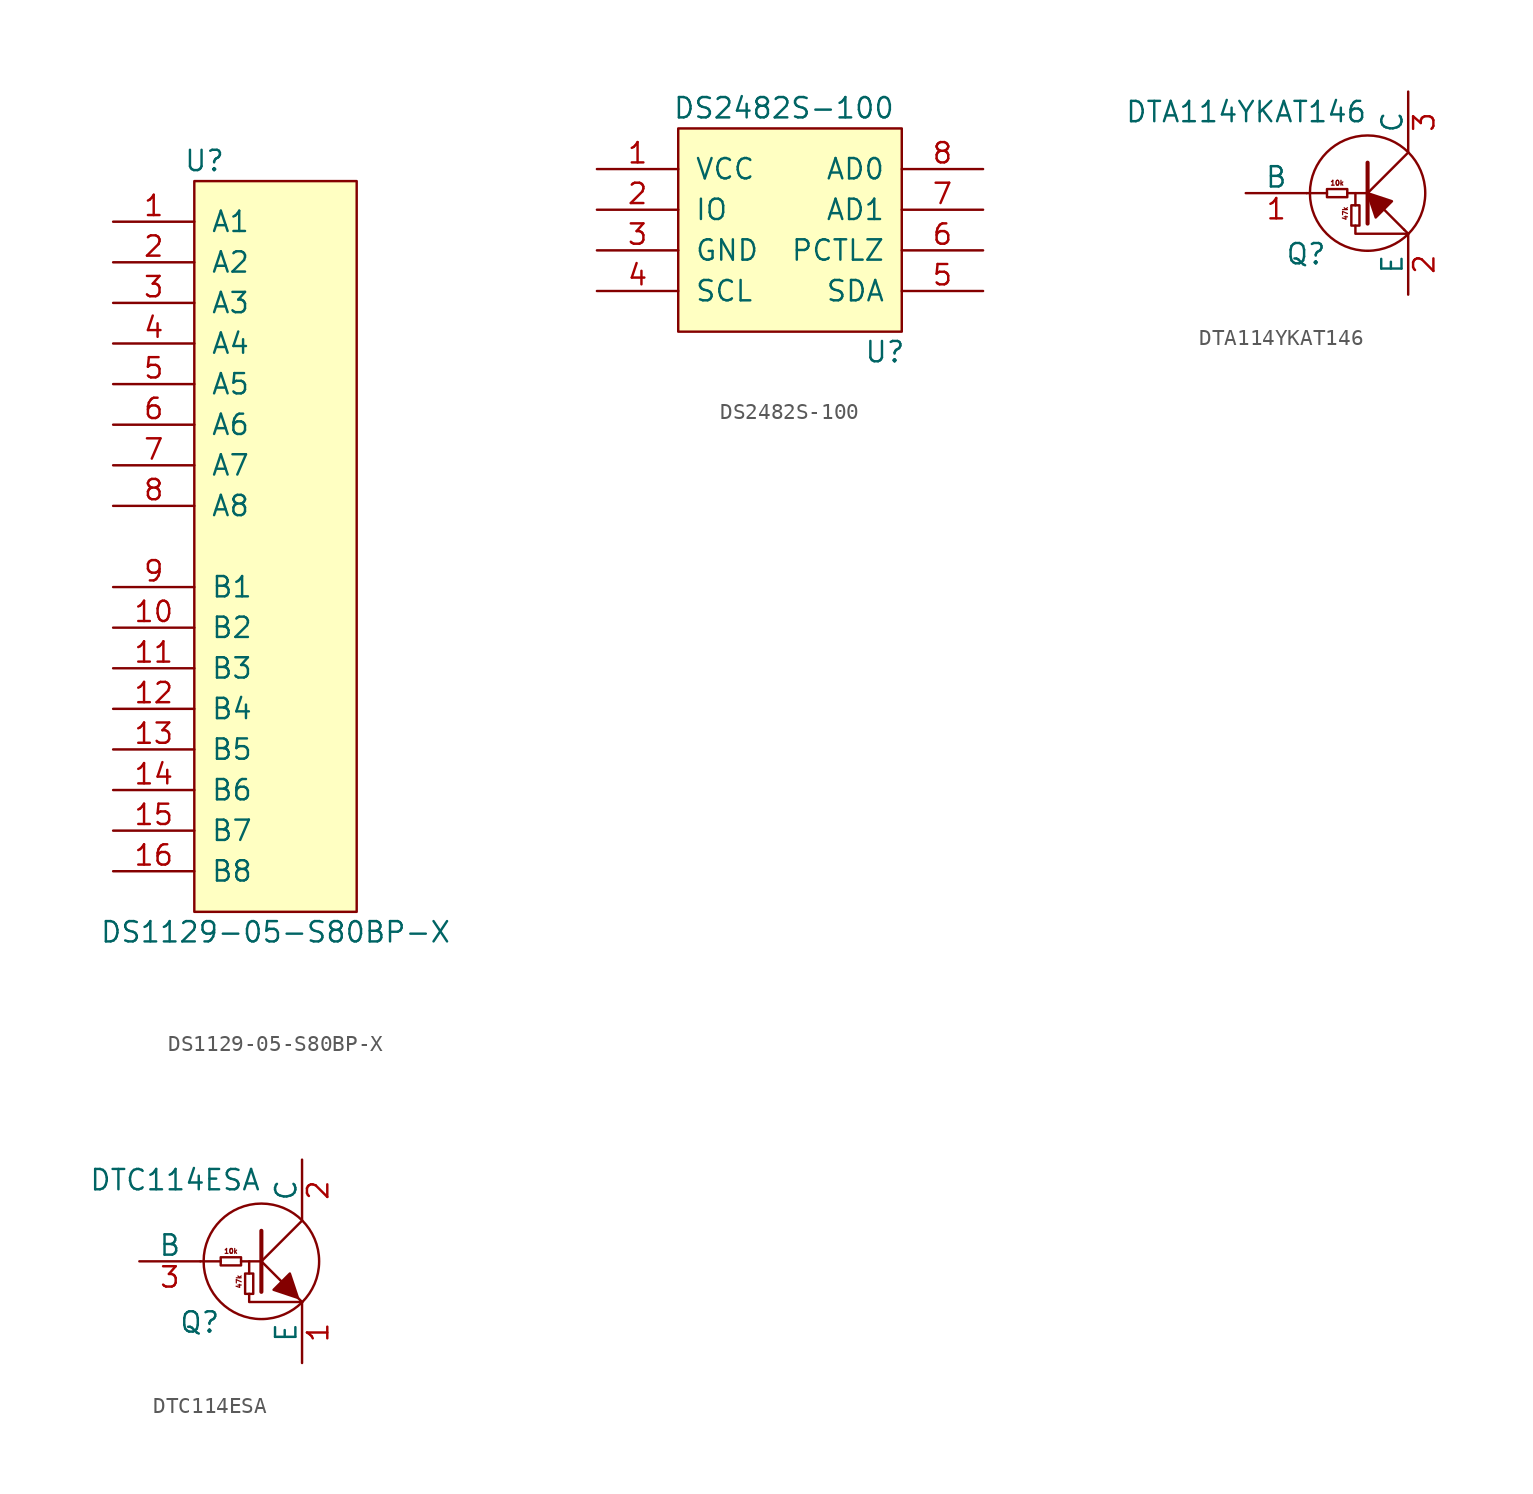
<source format=kicad_sym>
(kicad_symbol_lib
  (version 20211014)
  (generator kicad_symbol_editor)
  (symbol "DS1129-05-S80BP-X"
    (pin_names
      (offset 1.016))
    (property "Reference" "U"
      (at 0.635 3.81 0)
      (effects (font (size 1.27 1.27))))
    (property "Value" "DS1129-05-S80BP-X"
      (at 5.08 -44.45 0)
      (effects (font (size 1.27 1.27))))
    (symbol "DS1129-05-S80BP-X_0_1"
      (rectangle (start 0 2.54) (end 10.16 -43.18) (stroke (width 0) (type default) (color 0 0 0 0)) (fill (type background))))
    (symbol "DS1129-05-S80BP-X_1_1"
      (pin input line (at -5.08 0 0) (length 5.08) (name "A1" (effects (font (size 1.27 1.27)))) (number "1" (effects (font (size 1.27 1.27)))))
      (pin input line (at -5.08 -25.4 0) (length 5.08) (name "B2" (effects (font (size 1.27 1.27)))) (number "10" (effects (font (size 1.27 1.27)))))
      (pin input line (at -5.08 -27.94 0) (length 5.08) (name "B3" (effects (font (size 1.27 1.27)))) (number "11" (effects (font (size 1.27 1.27)))))
      (pin input line (at -5.08 -30.48 0) (length 5.08) (name "B4" (effects (font (size 1.27 1.27)))) (number "12" (effects (font (size 1.27 1.27)))))
      (pin input line (at -5.08 -33.02 0) (length 5.08) (name "B5" (effects (font (size 1.27 1.27)))) (number "13" (effects (font (size 1.27 1.27)))))
      (pin input line (at -5.08 -35.56 0) (length 5.08) (name "B6" (effects (font (size 1.27 1.27)))) (number "14" (effects (font (size 1.27 1.27)))))
      (pin input line (at -5.08 -38.1 0) (length 5.08) (name "B7" (effects (font (size 1.27 1.27)))) (number "15" (effects (font (size 1.27 1.27)))))
      (pin input line (at -5.08 -40.64 0) (length 5.08) (name "B8" (effects (font (size 1.27 1.27)))) (number "16" (effects (font (size 1.27 1.27)))))
      (pin input line (at -5.08 -2.54 0) (length 5.08) (name "A2" (effects (font (size 1.27 1.27)))) (number "2" (effects (font (size 1.27 1.27)))))
      (pin input line (at -5.08 -5.08 0) (length 5.08) (name "A3" (effects (font (size 1.27 1.27)))) (number "3" (effects (font (size 1.27 1.27)))))
      (pin input line (at -5.08 -7.62 0) (length 5.08) (name "A4" (effects (font (size 1.27 1.27)))) (number "4" (effects (font (size 1.27 1.27)))))
      (pin input line (at -5.08 -10.16 0) (length 5.08) (name "A5" (effects (font (size 1.27 1.27)))) (number "5" (effects (font (size 1.27 1.27)))))
      (pin input line (at -5.08 -12.7 0) (length 5.08) (name "A6" (effects (font (size 1.27 1.27)))) (number "6" (effects (font (size 1.27 1.27)))))
      (pin input line (at -5.08 -15.24 0) (length 5.08) (name "A7" (effects (font (size 1.27 1.27)))) (number "7" (effects (font (size 1.27 1.27)))))
      (pin input line (at -5.08 -17.78 0) (length 5.08) (name "A8" (effects (font (size 1.27 1.27)))) (number "8" (effects (font (size 1.27 1.27)))))
      (pin input line (at -5.08 -22.86 0) (length 5.08) (name "B1" (effects (font (size 1.27 1.27)))) (number "9" (effects (font (size 1.27 1.27)))))))
  (symbol "DS2482S-100"
    (pin_names
      (offset 1.016))
    (property "Reference" "U"
      (at 14.224 -11.43 0)
      (effects (font (size 1.27 1.27)) (justify right)))
    (property "Value" "DS2482S-100"
      (at 6.604 3.81 0)
      (effects (font (size 1.27 1.27))))
    (symbol "DS2482S-100_0_1"
      (rectangle (start 0 2.54) (end 13.97 -10.16) (stroke (width 0) (type default) (color 0 0 0 0)) (fill (type background))))
    (symbol "DS2482S-100_1_1"
      (pin input line (at -5.08 0 0) (length 5.08) (name "VCC" (effects (font (size 1.27 1.27)))) (number "1" (effects (font (size 1.27 1.27)))))
      (pin input line (at -5.08 -2.54 0) (length 5.08) (name "IO" (effects (font (size 1.27 1.27)))) (number "2" (effects (font (size 1.27 1.27)))))
      (pin input line (at -5.08 -5.08 0) (length 5.08) (name "GND" (effects (font (size 1.27 1.27)))) (number "3" (effects (font (size 1.27 1.27)))))
      (pin input line (at -5.08 -7.62 0) (length 5.08) (name "SCL" (effects (font (size 1.27 1.27)))) (number "4" (effects (font (size 1.27 1.27)))))
      (pin input line (at 19.05 -7.62 180) (length 5.08) (name "SDA" (effects (font (size 1.27 1.27)))) (number "5" (effects (font (size 1.27 1.27)))))
      (pin input line (at 19.05 -5.08 180) (length 5.08) (name "PCTLZ" (effects (font (size 1.27 1.27)))) (number "6" (effects (font (size 1.27 1.27)))))
      (pin input line (at 19.05 -2.54 180) (length 5.08) (name "AD1" (effects (font (size 1.27 1.27)))) (number "7" (effects (font (size 1.27 1.27)))))
      (pin input line (at 19.05 0 180) (length 5.08) (name "AD0" (effects (font (size 1.27 1.27)))) (number "8" (effects (font (size 1.27 1.27)))))))
  (symbol "DTA114YKAT146"
    (pin_names
      (offset 0))
    (property "Reference" "Q"
      (at -2.54 -3.81 0)
      (effects (font (size 1.27 1.27)) (justify right)))
    (property "Value" "DTA114YKAT146"
      (at 0 5.08 0)
      (effects (font (size 1.27 1.27)) (justify right)))
    (property "Footprint" ""
      (at 0 0 0)
      (effects (font (size 1.524 1.524))))
    (property "Datasheet" ""
      (at 0 0 0)
      (effects (font (size 1.524 1.524))))
    (symbol "DTA114YKAT146_0_0"
      (polyline (pts (xy -2.54 0) (xy -3.81 0)) (stroke (width 0) (type default) (color 0 0 0 0)) (fill (type none)))
      (circle (center 0 0) (radius 3.607) (stroke (width 0) (type default) (color 0 0 0 0)) (fill (type none)))
      (text "10k" (at -1.905 0.635 0) (effects (font (size 0.305 0.305))))
      (text "47k" (at -1.397 -1.27 900) (effects (font (size 0.305 0.305)))))
    (symbol "DTA114YKAT146_0_1"
      (rectangle (start -1.27 -0.254) (end -2.54 0.254) (stroke (width 0) (type default) (color 0 0 0 0)) (fill (type none)))
      (rectangle (start -0.508 -0.762) (end -1.016 -2.032) (stroke (width 0) (type default) (color 0 0 0 0)) (fill (type none)))
      (polyline (pts (xy -1.27 0) (xy 0 0)) (stroke (width 0) (type default) (color 0 0 0 0)) (fill (type none)))
      (polyline (pts (xy -0.762 0) (xy -0.762 -0.762)) (stroke (width 0) (type default) (color 0 0 0 0)) (fill (type none)))
      (polyline (pts (xy 0 0) (xy 2.54 2.54)) (stroke (width 0) (type default) (color 0 0 0 0)) (fill (type none)))
      (polyline (pts (xy 0 1.905) (xy 0 -1.905) (xy 0 -1.905)) (stroke (width 0.254) (type default) (color 0 0 0 0)) (fill (type none)))
      (polyline (pts (xy 2.286 -2.286) (xy 1.016 -1.016) (xy 1.016 -1.016)) (stroke (width 0) (type default) (color 0 0 0 0)) (fill (type none)))
      (polyline (pts (xy 2.286 -2.286) (xy 2.54 -2.54) (xy 2.54 -2.54)) (stroke (width 0) (type default) (color 0 0 0 0)) (fill (type none)))
      (polyline (pts (xy 2.54 -2.54) (xy -0.762 -2.54) (xy -0.762 -2.032)) (stroke (width 0) (type default) (color 0 0 0 0)) (fill (type none)))
      (polyline (pts (xy 0 0) (xy 0.508 -1.524) (xy 1.524 -0.508) (xy 0 0) (xy 0 0)) (stroke (width 0) (type default) (color 0 0 0 0)) (fill (type outline))))
    (symbol "DTA114YKAT146_1_1"
      (pin bidirectional line (at -7.62 0 0) (length 3.81) (name "B" (effects (font (size 1.27 1.27)))) (number "1" (effects (font (size 1.27 1.27)))))
      (pin bidirectional line (at 2.54 -6.35 90) (length 3.81) (name "E" (effects (font (size 1.27 1.27)))) (number "2" (effects (font (size 1.27 1.27)))))
      (pin bidirectional line (at 2.54 6.35 270) (length 3.81) (name "C" (effects (font (size 1.27 1.27)))) (number "3" (effects (font (size 1.27 1.27)))))))
  (symbol "DTC114ESA"
    (pin_names
      (offset 0))
    (property "Reference" "Q"
      (at -2.54 -3.81 0)
      (effects (font (size 1.27 1.27)) (justify right)))
    (property "Value" "DTC114ESA"
      (at 0 5.08 0)
      (effects (font (size 1.27 1.27)) (justify right)))
    (property "Footprint" ""
      (at 0 0 0)
      (effects (font (size 1.524 1.524))))
    (property "Datasheet" ""
      (at 0 0 0)
      (effects (font (size 1.524 1.524))))
    (symbol "DTC114ESA_0_0"
      (polyline (pts (xy -2.54 0) (xy -3.81 0)) (stroke (width 0) (type default) (color 0 0 0 0)) (fill (type none)))
      (circle (center 0 0) (radius 3.607) (stroke (width 0) (type default) (color 0 0 0 0)) (fill (type none)))
      (text "10k" (at -1.905 0.635 0) (effects (font (size 0.305 0.305))))
      (text "47k" (at -1.397 -1.27 900) (effects (font (size 0.305 0.305)))))
    (symbol "DTC114ESA_0_1"
      (rectangle (start -1.27 -0.254) (end -2.54 0.254) (stroke (width 0) (type default) (color 0 0 0 0)) (fill (type none)))
      (rectangle (start -0.508 -0.762) (end -1.016 -2.032) (stroke (width 0) (type default) (color 0 0 0 0)) (fill (type none)))
      (polyline (pts (xy -1.27 0) (xy 0 0)) (stroke (width 0) (type default) (color 0 0 0 0)) (fill (type none)))
      (polyline (pts (xy -0.762 0) (xy -0.762 -0.762)) (stroke (width 0) (type default) (color 0 0 0 0)) (fill (type none)))
      (polyline (pts (xy 0 0) (xy 2.54 2.54)) (stroke (width 0) (type default) (color 0 0 0 0)) (fill (type none)))
      (polyline (pts (xy 0 1.905) (xy 0 -1.905) (xy 0 -1.905)) (stroke (width 0.254) (type default) (color 0 0 0 0)) (fill (type none)))
      (polyline (pts (xy 1.27 -1.27) (xy 0 0) (xy 0 0)) (stroke (width 0) (type default) (color 0 0 0 0)) (fill (type none)))
      (polyline (pts (xy 2.286 -2.286) (xy 2.54 -2.54) (xy 2.54 -2.54)) (stroke (width 0) (type default) (color 0 0 0 0)) (fill (type none)))
      (polyline (pts (xy 2.54 -2.54) (xy -0.762 -2.54) (xy -0.762 -2.032)) (stroke (width 0) (type default) (color 0 0 0 0)) (fill (type none)))
      (polyline (pts (xy 2.286 -2.286) (xy 1.778 -0.762) (xy 0.762 -1.778) (xy 2.286 -2.286) (xy 2.286 -2.286)) (stroke (width 0) (type default) (color 0 0 0 0)) (fill (type outline))))
    (symbol "DTC114ESA_1_1"
      (pin bidirectional line (at 2.54 -6.35 90) (length 3.81) (name "E" (effects (font (size 1.27 1.27)))) (number "1" (effects (font (size 1.27 1.27)))))
      (pin bidirectional line (at 2.54 6.35 270) (length 3.81) (name "C" (effects (font (size 1.27 1.27)))) (number "2" (effects (font (size 1.27 1.27)))))
      (pin bidirectional line (at -7.62 0 0) (length 3.81) (name "B" (effects (font (size 1.27 1.27)))) (number "3" (effects (font (size 1.27 1.27))))))))
</source>
